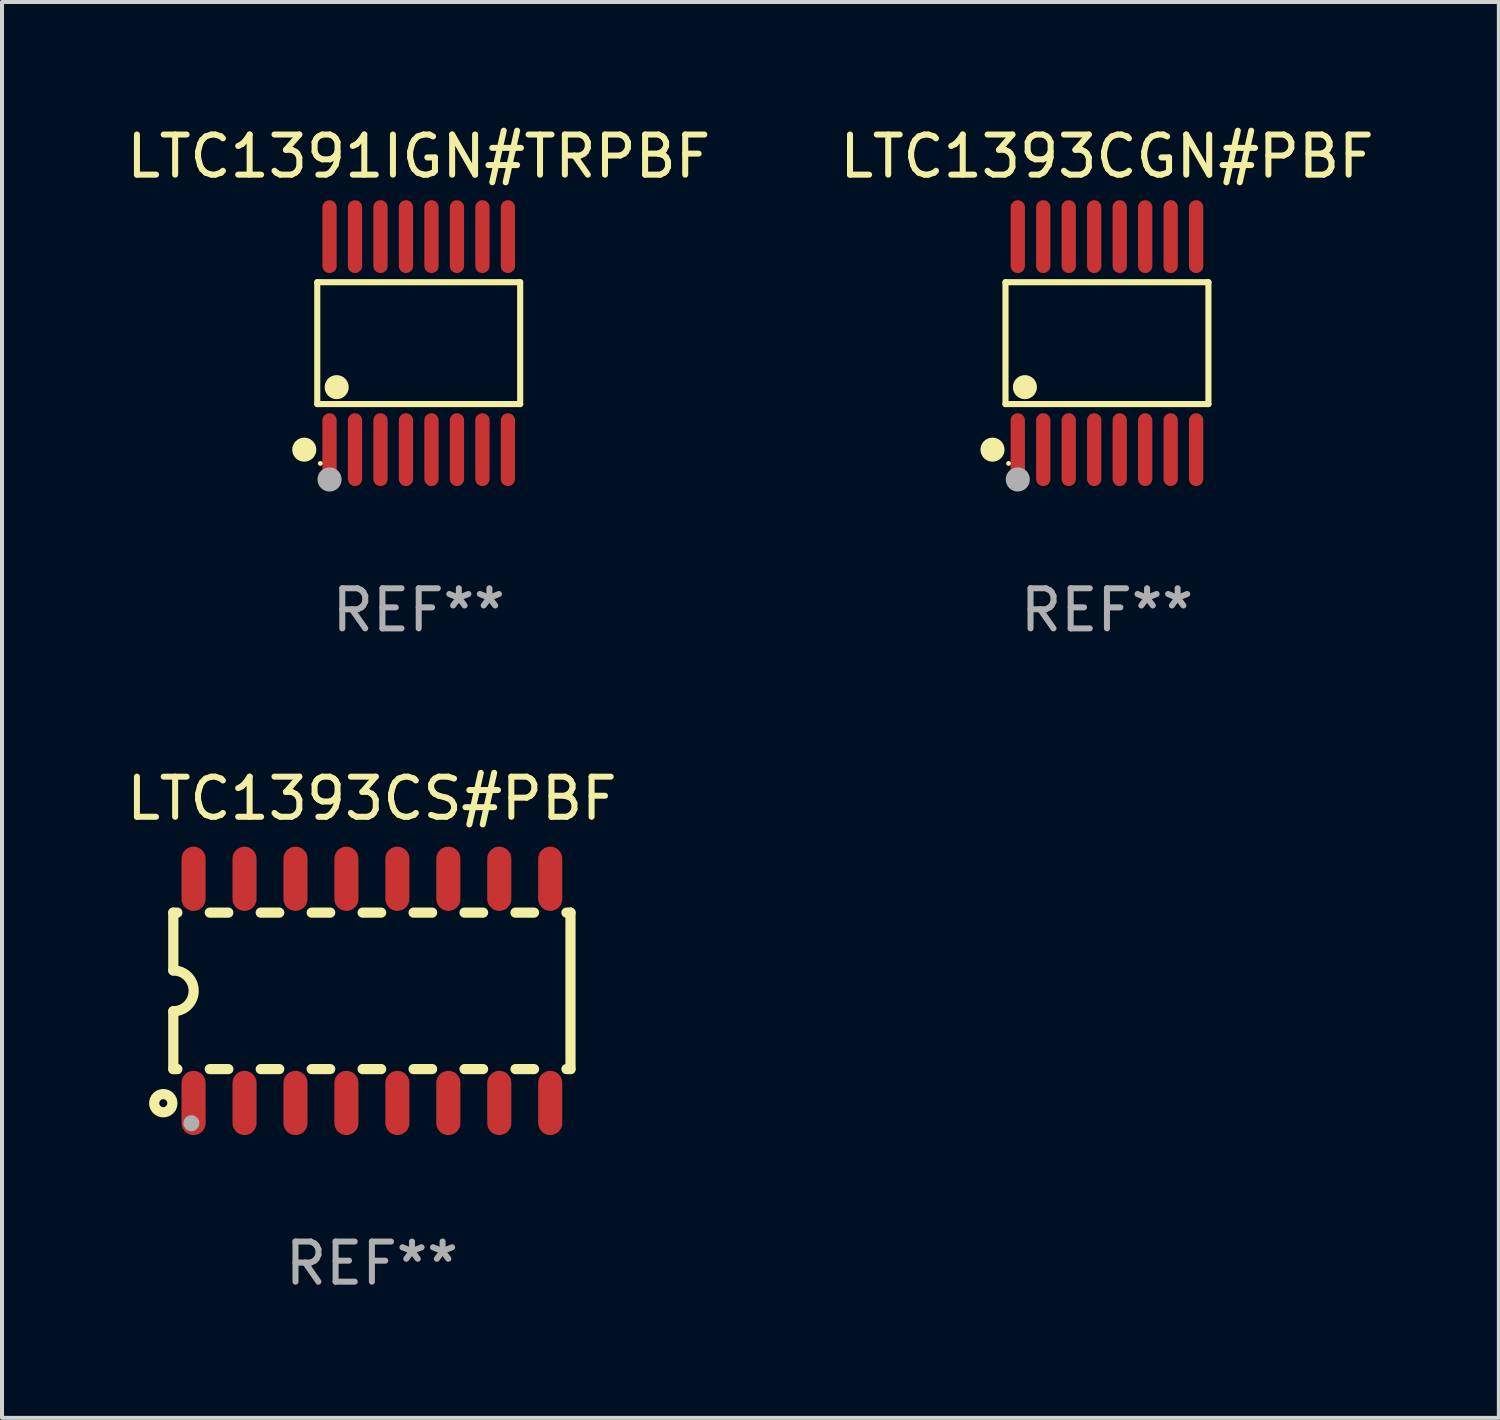
<source format=kicad_pcb>
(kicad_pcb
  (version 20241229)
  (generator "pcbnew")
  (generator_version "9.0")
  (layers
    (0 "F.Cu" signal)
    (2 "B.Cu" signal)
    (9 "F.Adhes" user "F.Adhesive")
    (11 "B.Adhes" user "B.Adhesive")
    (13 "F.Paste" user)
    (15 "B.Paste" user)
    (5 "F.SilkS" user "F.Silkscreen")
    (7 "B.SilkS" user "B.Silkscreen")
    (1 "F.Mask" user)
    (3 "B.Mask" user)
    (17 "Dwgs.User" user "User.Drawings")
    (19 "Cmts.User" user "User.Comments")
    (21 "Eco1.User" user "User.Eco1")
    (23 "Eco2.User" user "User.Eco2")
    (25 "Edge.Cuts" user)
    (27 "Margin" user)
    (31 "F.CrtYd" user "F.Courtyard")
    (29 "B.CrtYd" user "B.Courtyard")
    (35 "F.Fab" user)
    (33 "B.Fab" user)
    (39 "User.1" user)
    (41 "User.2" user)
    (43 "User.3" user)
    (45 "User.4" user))
  (footprint "LTC1393CS#PBF"
    (layer "F.Cu")
    (at 6.22 21.648)
    (property "Reference" "LTC1393CS#PBF" (at 0 -4.794 0) (layer "F.SilkS") (effects (font (size 1 1) (thickness 0.15))))
    (attr through_hole)
    (fp_line (start -4.95 -1.95) (end -4.95 -0.508) (stroke (width 0.254) (type solid)) (layer "F.SilkS"))
    (fp_line (start -4.95 -1.95) (end -4.849 -1.95) (stroke (width 0.254) (type solid)) (layer "F.SilkS"))
    (fp_line (start -4.95 1.95) (end -4.95 0.508) (stroke (width 0.254) (type solid)) (layer "F.SilkS"))
    (fp_line (start -4.95 1.95) (end -4.849 1.95) (stroke (width 0.254) (type solid)) (layer "F.SilkS"))
    (fp_line (start -4.041 -1.95) (end -3.579 -1.95) (stroke (width 0.254) (type solid)) (layer "F.SilkS"))
    (fp_line (start -4.041 1.95) (end -3.579 1.95) (stroke (width 0.254) (type solid)) (layer "F.SilkS"))
    (fp_line (start -2.771 -1.95) (end -2.309 -1.95) (stroke (width 0.254) (type solid)) (layer "F.SilkS"))
    (fp_line (start -2.771 1.95) (end -2.309 1.95) (stroke (width 0.254) (type solid)) (layer "F.SilkS"))
    (fp_line (start -1.501 -1.95) (end -1.039 -1.95) (stroke (width 0.254) (type solid)) (layer "F.SilkS"))
    (fp_line (start -1.501 1.95) (end -1.039 1.95) (stroke (width 0.254) (type solid)) (layer "F.SilkS"))
    (fp_line (start -0.231 -1.95) (end 0.231 -1.95) (stroke (width 0.254) (type solid)) (layer "F.SilkS"))
    (fp_line (start -0.231 1.95) (end 0.231 1.95) (stroke (width 0.254) (type solid)) (layer "F.SilkS"))
    (fp_line (start 1.039 -1.95) (end 1.501 -1.95) (stroke (width 0.254) (type solid)) (layer "F.SilkS"))
    (fp_line (start 1.039 1.95) (end 1.501 1.95) (stroke (width 0.254) (type solid)) (layer "F.SilkS"))
    (fp_line (start 2.309 -1.95) (end 2.771 -1.95) (stroke (width 0.254) (type solid)) (layer "F.SilkS"))
    (fp_line (start 2.309 1.95) (end 2.771 1.95) (stroke (width 0.254) (type solid)) (layer "F.SilkS"))
    (fp_line (start 3.579 -1.95) (end 4.041 -1.95) (stroke (width 0.254) (type solid)) (layer "F.SilkS"))
    (fp_line (start 3.579 1.95) (end 4.041 1.95) (stroke (width 0.254) (type solid)) (layer "F.SilkS"))
    (fp_line (start 4.849 -1.95) (end 4.95 -1.95) (stroke (width 0.254) (type solid)) (layer "F.SilkS"))
    (fp_line (start 4.849 1.95) (end 4.95 1.95) (stroke (width 0.254) (type solid)) (layer "F.SilkS"))
    (fp_line (start 4.95 -1.95) (end 4.95 1.95) (stroke (width 0.254) (type solid)) (layer "F.SilkS"))
    (fp_arc (start -4.95047 -0.508001) (mid -4.442469 -0.000228) (end -4.950013 0.508001) (stroke (width 0.254001) (type solid)) (layer "F.SilkS"))
    (fp_circle (center -5.2 2.8) (end -5.1 2.8) (stroke (width 0.254) (type solid)) (fill no) (layer "F.SilkS"))
    (fp_circle (center -4.95 2.947) (end -4.92 2.947) (stroke (width 0.06) (type solid)) (fill no) (layer "F.SilkS"))
    (fp_circle (center -4.5 3.3) (end -4.4 3.3) (stroke (width 0.2) (type solid)) (fill no) (layer "F.Fab"))
    (fp_text user "REF**" (at 0 6.794 0) (layer "F.Fab") (effects (font (size 1 1) (thickness 0.15))))
    (pad "1" smd oval (at -4.445 2.794) (size 0.6 1.6) (layers "F.Cu" "F.Mask" "F.Paste"))
    (pad "2" smd oval (at -3.175 2.794) (size 0.6 1.6) (layers "F.Cu" "F.Mask" "F.Paste"))
    (pad "3" smd oval (at -1.905 2.794) (size 0.6 1.6) (layers "F.Cu" "F.Mask" "F.Paste"))
    (pad "4" smd oval (at -0.635 2.794) (size 0.6 1.6) (layers "F.Cu" "F.Mask" "F.Paste"))
    (pad "5" smd oval (at 0.635 2.794) (size 0.6 1.6) (layers "F.Cu" "F.Mask" "F.Paste"))
    (pad "6" smd oval (at 1.905 2.794) (size 0.6 1.6) (layers "F.Cu" "F.Mask" "F.Paste"))
    (pad "7" smd oval (at 3.175 2.794) (size 0.6 1.6) (layers "F.Cu" "F.Mask" "F.Paste"))
    (pad "8" smd oval (at 4.445 2.794) (size 0.6 1.6) (layers "F.Cu" "F.Mask" "F.Paste"))
    (pad "9" smd oval (at 4.445 -2.794) (size 0.6 1.6) (layers "F.Cu" "F.Mask" "F.Paste"))
    (pad "10" smd oval (at 3.175 -2.794) (size 0.6 1.6) (layers "F.Cu" "F.Mask" "F.Paste"))
    (pad "11" smd oval (at 1.905 -2.794) (size 0.6 1.6) (layers "F.Cu" "F.Mask" "F.Paste"))
    (pad "12" smd oval (at 0.635 -2.794) (size 0.6 1.6) (layers "F.Cu" "F.Mask" "F.Paste"))
    (pad "13" smd oval (at -0.635 -2.794) (size 0.6 1.6) (layers "F.Cu" "F.Mask" "F.Paste"))
    (pad "14" smd oval (at -1.905 -2.794) (size 0.6 1.6) (layers "F.Cu" "F.Mask" "F.Paste"))
    (pad "15" smd oval (at -3.175 -2.794) (size 0.6 1.6) (layers "F.Cu" "F.Mask" "F.Paste"))
    (pad "16" smd oval (at -4.445 -2.794) (size 0.6 1.6) (layers "F.Cu" "F.Mask" "F.Paste")))
  (footprint "LTC1391IGN#TRPBF"
    (layer "F.Cu")
    (at 7.387 5.503)
    (property "Reference" "LTC1391IGN#TRPBF" (at 0 -4.655 0) (layer "F.SilkS") (effects (font (size 1 1) (thickness 0.15))))
    (attr through_hole)
    (fp_line (start -2.529 -1.519) (end 2.529 -1.519) (stroke (width 0.152) (type solid)) (layer "F.SilkS"))
    (fp_line (start -2.529 1.519) (end -2.529 -1.519) (stroke (width 0.152) (type solid)) (layer "F.SilkS"))
    (fp_line (start 2.529 -1.519) (end 2.529 1.519) (stroke (width 0.152) (type solid)) (layer "F.SilkS"))
    (fp_line (start 2.529 1.519) (end -2.529 1.519) (stroke (width 0.152) (type solid)) (layer "F.SilkS"))
    (fp_circle (center -2.853 2.655) (end -2.703 2.655) (stroke (width 0.3) (type solid)) (fill no) (layer "F.SilkS"))
    (fp_circle (center -2.453 2.998) (end -2.423 2.998) (stroke (width 0.06) (type solid)) (fill no) (layer "F.SilkS"))
    (fp_circle (center -2.045 1.097) (end -1.895 1.097) (stroke (width 0.3) (type solid)) (fill no) (layer "F.SilkS"))
    (fp_circle (center -2.223 3.398) (end -2.072 3.398) (stroke (width 0.3) (type solid)) (fill no) (layer "F.Fab"))
    (fp_text user "REF**" (at 0 6.655 0) (layer "F.Fab") (effects (font (size 1 1) (thickness 0.15))))
    (pad "1" smd oval (at -2.223 2.655) (size 0.356 1.815) (layers "F.Cu" "F.Mask" "F.Paste"))
    (pad "2" smd oval (at -1.588 2.655) (size 0.356 1.815) (layers "F.Cu" "F.Mask" "F.Paste"))
    (pad "3" smd oval (at -0.953 2.655) (size 0.356 1.815) (layers "F.Cu" "F.Mask" "F.Paste"))
    (pad "4" smd oval (at -0.318 2.655) (size 0.356 1.815) (layers "F.Cu" "F.Mask" "F.Paste"))
    (pad "5" smd oval (at 0.318 2.655) (size 0.356 1.815) (layers "F.Cu" "F.Mask" "F.Paste"))
    (pad "6" smd oval (at 0.953 2.655) (size 0.356 1.815) (layers "F.Cu" "F.Mask" "F.Paste"))
    (pad "7" smd oval (at 1.588 2.655) (size 0.356 1.815) (layers "F.Cu" "F.Mask" "F.Paste"))
    (pad "8" smd oval (at 2.223 2.655) (size 0.356 1.815) (layers "F.Cu" "F.Mask" "F.Paste"))
    (pad "9" smd oval (at 2.223 -2.655) (size 0.356 1.815) (layers "F.Cu" "F.Mask" "F.Paste"))
    (pad "10" smd oval (at 1.588 -2.655) (size 0.356 1.815) (layers "F.Cu" "F.Mask" "F.Paste"))
    (pad "11" smd oval (at 0.953 -2.655) (size 0.356 1.815) (layers "F.Cu" "F.Mask" "F.Paste"))
    (pad "12" smd oval (at 0.318 -2.655) (size 0.356 1.815) (layers "F.Cu" "F.Mask" "F.Paste"))
    (pad "13" smd oval (at -0.318 -2.655) (size 0.356 1.815) (layers "F.Cu" "F.Mask" "F.Paste"))
    (pad "14" smd oval (at -0.953 -2.655) (size 0.356 1.815) (layers "F.Cu" "F.Mask" "F.Paste"))
    (pad "15" smd oval (at -1.588 -2.655) (size 0.356 1.815) (layers "F.Cu" "F.Mask" "F.Paste"))
    (pad "16" smd oval (at -2.223 -2.655) (size 0.356 1.815) (layers "F.Cu" "F.Mask" "F.Paste")))
  (footprint "LTC1393CGN#PBF"
    (layer "F.Cu")
    (at 24.542 5.503)
    (property "Reference" "LTC1393CGN#PBF" (at 0 -4.655 0) (layer "F.SilkS") (effects (font (size 1 1) (thickness 0.15))))
    (attr through_hole)
    (fp_line (start -2.529 -1.519) (end 2.529 -1.519) (stroke (width 0.152) (type solid)) (layer "F.SilkS"))
    (fp_line (start -2.529 1.519) (end -2.529 -1.519) (stroke (width 0.152) (type solid)) (layer "F.SilkS"))
    (fp_line (start 2.529 -1.519) (end 2.529 1.519) (stroke (width 0.152) (type solid)) (layer "F.SilkS"))
    (fp_line (start 2.529 1.519) (end -2.529 1.519) (stroke (width 0.152) (type solid)) (layer "F.SilkS"))
    (fp_circle (center -2.853 2.655) (end -2.703 2.655) (stroke (width 0.3) (type solid)) (fill no) (layer "F.SilkS"))
    (fp_circle (center -2.453 2.998) (end -2.423 2.998) (stroke (width 0.06) (type solid)) (fill no) (layer "F.SilkS"))
    (fp_circle (center -2.045 1.097) (end -1.895 1.097) (stroke (width 0.3) (type solid)) (fill no) (layer "F.SilkS"))
    (fp_circle (center -2.223 3.398) (end -2.072 3.398) (stroke (width 0.3) (type solid)) (fill no) (layer "F.Fab"))
    (fp_text user "REF**" (at 0 6.655 0) (layer "F.Fab") (effects (font (size 1 1) (thickness 0.15))))
    (pad "1" smd oval (at -2.223 2.655) (size 0.356 1.815) (layers "F.Cu" "F.Mask" "F.Paste"))
    (pad "2" smd oval (at -1.588 2.655) (size 0.356 1.815) (layers "F.Cu" "F.Mask" "F.Paste"))
    (pad "3" smd oval (at -0.953 2.655) (size 0.356 1.815) (layers "F.Cu" "F.Mask" "F.Paste"))
    (pad "4" smd oval (at -0.318 2.655) (size 0.356 1.815) (layers "F.Cu" "F.Mask" "F.Paste"))
    (pad "5" smd oval (at 0.318 2.655) (size 0.356 1.815) (layers "F.Cu" "F.Mask" "F.Paste"))
    (pad "6" smd oval (at 0.953 2.655) (size 0.356 1.815) (layers "F.Cu" "F.Mask" "F.Paste"))
    (pad "7" smd oval (at 1.588 2.655) (size 0.356 1.815) (layers "F.Cu" "F.Mask" "F.Paste"))
    (pad "8" smd oval (at 2.223 2.655) (size 0.356 1.815) (layers "F.Cu" "F.Mask" "F.Paste"))
    (pad "9" smd oval (at 2.223 -2.655) (size 0.356 1.815) (layers "F.Cu" "F.Mask" "F.Paste"))
    (pad "10" smd oval (at 1.588 -2.655) (size 0.356 1.815) (layers "F.Cu" "F.Mask" "F.Paste"))
    (pad "11" smd oval (at 0.953 -2.655) (size 0.356 1.815) (layers "F.Cu" "F.Mask" "F.Paste"))
    (pad "12" smd oval (at 0.318 -2.655) (size 0.356 1.815) (layers "F.Cu" "F.Mask" "F.Paste"))
    (pad "13" smd oval (at -0.318 -2.655) (size 0.356 1.815) (layers "F.Cu" "F.Mask" "F.Paste"))
    (pad "14" smd oval (at -0.953 -2.655) (size 0.356 1.815) (layers "F.Cu" "F.Mask" "F.Paste"))
    (pad "15" smd oval (at -1.588 -2.655) (size 0.356 1.815) (layers "F.Cu" "F.Mask" "F.Paste"))
    (pad "16" smd oval (at -2.223 -2.655) (size 0.356 1.815) (layers "F.Cu" "F.Mask" "F.Paste")))
  (gr_rect
    (start -3 -3)
    (end 34.31 32.291)
    (stroke (width 0.1) (type default))
    (fill no)
    (layer "Edge.Cuts")))
</source>
